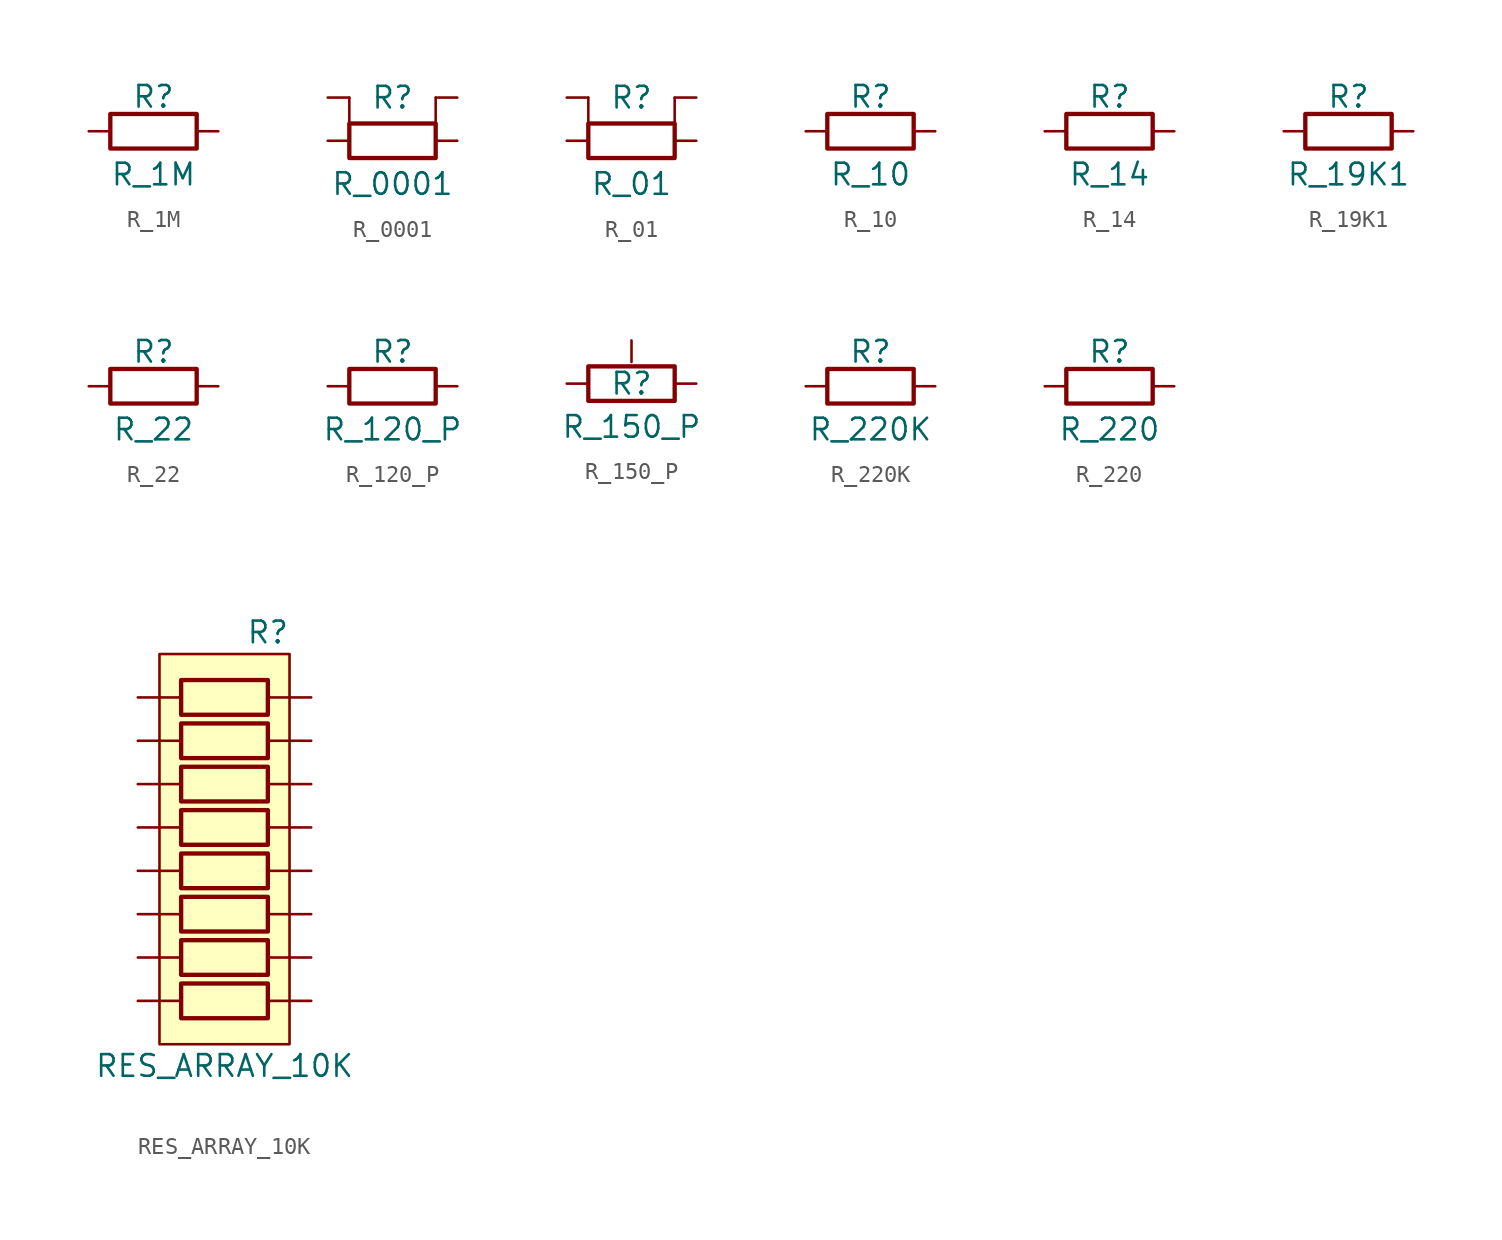
<source format=kicad_sym>
(kicad_symbol_lib
  (version 20211014)
  (generator kicad_symbol_editor)
  (symbol "R_1M"
    (pin_numbers hide)
    (pin_names
      (offset 0))
    (property "Reference" "R"
      (at 0 2.032 0)
      (effects (font (size 1.27 1.27))))
    (property "Value" "R_1M"
      (at 0 -2.54 0)
      (effects (font (size 1.27 1.27))))
    (symbol "R_1M_0_1"
      (rectangle (start 2.54 -1.016) (end -2.54 1.016) (stroke (width 0.254) (type default) (color 0 0 0 0)) (fill (type none))))
    (symbol "R_1M_1_1"
      (pin passive line (at -3.81 0 0) (length 1.27) (name "~" (effects (font (size 1.27 1.27)))) (number "1" (effects (font (size 1.27 1.27)))))
      (pin passive line (at 3.81 0 180) (length 1.27) (name "~" (effects (font (size 1.27 1.27)))) (number "2" (effects (font (size 1.27 1.27)))))))
  (symbol "R_0001"
    (pin_numbers hide)
    (pin_names
      (offset 0))
    (property "Reference" "R"
      (at 0 2.54 0)
      (effects (font (size 1.27 1.27))))
    (property "Value" "R_0001"
      (at 0 -2.54 0)
      (effects (font (size 1.27 1.27))))
    (symbol "R_0001_0_1"
      (polyline (pts (xy -2.54 0) (xy -2.54 2.54)) (stroke (width 0) (type default) (color 0 0 0 0)) (fill (type none)))
      (polyline (pts (xy 2.54 0) (xy 2.54 2.54)) (stroke (width 0) (type default) (color 0 0 0 0)) (fill (type none)))
      (rectangle (start 2.54 -1.016) (end -2.54 1.016) (stroke (width 0.254) (type default) (color 0 0 0 0)) (fill (type none))))
    (symbol "R_0001_1_1"
      (pin passive line (at -3.81 0 0) (length 1.27) (name "~" (effects (font (size 1.27 1.27)))) (number "1" (effects (font (size 1.27 1.27)))))
      (pin passive line (at 3.81 0 180) (length 1.27) (name "~" (effects (font (size 1.27 1.27)))) (number "2" (effects (font (size 1.27 1.27)))))
      (pin passive line (at -3.81 2.54 0) (length 1.27) (name "~" (effects (font (size 1.27 1.27)))) (number "3" (effects (font (size 1.27 1.27)))))
      (pin passive line (at 3.81 2.54 180) (length 1.27) (name "~" (effects (font (size 1.27 1.27)))) (number "4" (effects (font (size 1.27 1.27)))))))
  (symbol "R_01"
    (pin_numbers hide)
    (pin_names
      (offset 0))
    (property "Reference" "R"
      (at 0 2.54 0)
      (effects (font (size 1.27 1.27))))
    (property "Value" "R_01"
      (at 0 -2.54 0)
      (effects (font (size 1.27 1.27))))
    (symbol "R_01_0_1"
      (polyline (pts (xy -2.54 0) (xy -2.54 2.54)) (stroke (width 0) (type default) (color 0 0 0 0)) (fill (type none)))
      (polyline (pts (xy 2.54 0) (xy 2.54 2.54)) (stroke (width 0) (type default) (color 0 0 0 0)) (fill (type none)))
      (rectangle (start 2.54 -1.016) (end -2.54 1.016) (stroke (width 0.254) (type default) (color 0 0 0 0)) (fill (type none))))
    (symbol "R_01_1_1"
      (pin passive line (at -3.81 0 0) (length 1.27) (name "~" (effects (font (size 1.27 1.27)))) (number "1" (effects (font (size 1.27 1.27)))))
      (pin passive line (at 3.81 0 180) (length 1.27) (name "~" (effects (font (size 1.27 1.27)))) (number "2" (effects (font (size 1.27 1.27)))))
      (pin passive line (at -3.81 2.54 0) (length 1.27) (name "~" (effects (font (size 1.27 1.27)))) (number "3" (effects (font (size 1.27 1.27)))))
      (pin passive line (at 3.81 2.54 180) (length 1.27) (name "~" (effects (font (size 1.27 1.27)))) (number "4" (effects (font (size 1.27 1.27)))))))
  (symbol "R_10"
    (pin_numbers hide)
    (pin_names
      (offset 0))
    (property "Reference" "R"
      (at 0 2.032 0)
      (effects (font (size 1.27 1.27))))
    (property "Value" "R_10"
      (at 0 -2.54 0)
      (effects (font (size 1.27 1.27))))
    (symbol "R_10_0_1"
      (rectangle (start 2.54 -1.016) (end -2.54 1.016) (stroke (width 0.254) (type default) (color 0 0 0 0)) (fill (type none))))
    (symbol "R_10_1_1"
      (pin passive line (at -3.81 0 0) (length 1.27) (name "~" (effects (font (size 1.27 1.27)))) (number "1" (effects (font (size 1.27 1.27)))))
      (pin passive line (at 3.81 0 180) (length 1.27) (name "~" (effects (font (size 1.27 1.27)))) (number "2" (effects (font (size 1.27 1.27)))))))
  (symbol "R_14"
    (pin_numbers hide)
    (pin_names
      (offset 0))
    (property "Reference" "R"
      (at 0 2.032 0)
      (effects (font (size 1.27 1.27))))
    (property "Value" "R_14"
      (at 0 -2.54 0)
      (effects (font (size 1.27 1.27))))
    (symbol "R_14_0_1"
      (rectangle (start 2.54 -1.016) (end -2.54 1.016) (stroke (width 0.254) (type default) (color 0 0 0 0)) (fill (type none))))
    (symbol "R_14_1_1"
      (pin passive line (at -3.81 0 0) (length 1.27) (name "~" (effects (font (size 1.27 1.27)))) (number "1" (effects (font (size 1.27 1.27)))))
      (pin passive line (at 3.81 0 180) (length 1.27) (name "~" (effects (font (size 1.27 1.27)))) (number "2" (effects (font (size 1.27 1.27)))))))
  (symbol "R_19K1"
    (pin_numbers hide)
    (pin_names
      (offset 0))
    (property "Reference" "R"
      (at 0 2.032 0)
      (effects (font (size 1.27 1.27))))
    (property "Value" "R_19K1"
      (at 0 -2.54 0)
      (effects (font (size 1.27 1.27))))
    (symbol "R_19K1_0_1"
      (rectangle (start 2.54 -1.016) (end -2.54 1.016) (stroke (width 0.254) (type default) (color 0 0 0 0)) (fill (type none))))
    (symbol "R_19K1_1_1"
      (pin passive line (at -3.81 0 0) (length 1.27) (name "~" (effects (font (size 1.27 1.27)))) (number "1" (effects (font (size 1.27 1.27)))))
      (pin passive line (at 3.81 0 180) (length 1.27) (name "~" (effects (font (size 1.27 1.27)))) (number "2" (effects (font (size 1.27 1.27)))))))
  (symbol "R_22"
    (pin_numbers hide)
    (pin_names
      (offset 0))
    (property "Reference" "R"
      (at 0 2.032 0)
      (effects (font (size 1.27 1.27))))
    (property "Value" "R_22"
      (at 0 -2.54 0)
      (effects (font (size 1.27 1.27))))
    (symbol "R_22_0_1"
      (rectangle (start 2.54 -1.016) (end -2.54 1.016) (stroke (width 0.254) (type default) (color 0 0 0 0)) (fill (type none))))
    (symbol "R_22_1_1"
      (pin passive line (at -3.81 0 0) (length 1.27) (name "~" (effects (font (size 1.27 1.27)))) (number "1" (effects (font (size 1.27 1.27)))))
      (pin passive line (at 3.81 0 180) (length 1.27) (name "~" (effects (font (size 1.27 1.27)))) (number "2" (effects (font (size 1.27 1.27)))))))
  (symbol "R_120_P"
    (pin_numbers hide)
    (pin_names
      (offset 0))
    (property "Reference" "R"
      (at 0 2.032 0)
      (effects (font (size 1.27 1.27))))
    (property "Value" "R_120_P"
      (at 0 -2.54 0)
      (effects (font (size 1.27 1.27))))
    (symbol "R_120_P_0_1"
      (rectangle (start 2.54 -1.016) (end -2.54 1.016) (stroke (width 0.254) (type default) (color 0 0 0 0)) (fill (type none))))
    (symbol "R_120_P_1_1"
      (pin passive line (at -3.81 0 0) (length 1.27) (name "~" (effects (font (size 1.27 1.27)))) (number "1" (effects (font (size 1.27 1.27)))))
      (pin passive line (at 3.81 0 180) (length 1.27) (name "~" (effects (font (size 1.27 1.27)))) (number "2" (effects (font (size 1.27 1.27)))))))
  (symbol "R_150_P"
    (pin_numbers hide)
    (pin_names
      (offset 0))
    (property "Reference" "R"
      (at 0 0 0)
      (effects (font (size 1.27 1.27))))
    (property "Value" "R_150_P"
      (at 0 -2.54 0)
      (effects (font (size 1.27 1.27))))
    (symbol "R_150_P_0_1"
      (rectangle (start 2.54 -1.016) (end -2.54 1.016) (stroke (width 0.254) (type default) (color 0 0 0 0)) (fill (type none))))
    (symbol "R_150_P_1_1"
      (pin passive line (at -3.81 0 0) (length 1.27) (name "~" (effects (font (size 1.27 1.27)))) (number "1" (effects (font (size 1.27 1.27)))))
      (pin passive line (at 0 2.54 270) (length 1.27) (name "~" (effects (font (size 1.27 1.27)))) (number "2" (effects (font (size 1.27 1.27)))))
      (pin passive line (at 3.81 0 180) (length 1.27) (name "~" (effects (font (size 1.27 1.27)))) (number "3" (effects (font (size 1.27 1.27)))))))
  (symbol "R_220K"
    (pin_numbers hide)
    (pin_names
      (offset 0))
    (property "Reference" "R"
      (at 0 2.032 0)
      (effects (font (size 1.27 1.27))))
    (property "Value" "R_220K"
      (at 0 -2.54 0)
      (effects (font (size 1.27 1.27))))
    (symbol "R_220K_0_1"
      (rectangle (start 2.54 -1.016) (end -2.54 1.016) (stroke (width 0.254) (type default) (color 0 0 0 0)) (fill (type none))))
    (symbol "R_220K_1_1"
      (pin passive line (at -3.81 0 0) (length 1.27) (name "~" (effects (font (size 1.27 1.27)))) (number "1" (effects (font (size 1.27 1.27)))))
      (pin passive line (at 3.81 0 180) (length 1.27) (name "~" (effects (font (size 1.27 1.27)))) (number "2" (effects (font (size 1.27 1.27)))))))
  (symbol "R_220"
    (pin_numbers hide)
    (pin_names
      (offset 0))
    (property "Reference" "R"
      (at 0 2.032 0)
      (effects (font (size 1.27 1.27))))
    (property "Value" "R_220"
      (at 0 -2.54 0)
      (effects (font (size 1.27 1.27))))
    (symbol "R_220_0_1"
      (rectangle (start 2.54 -1.016) (end -2.54 1.016) (stroke (width 0.254) (type default) (color 0 0 0 0)) (fill (type none))))
    (symbol "R_220_1_1"
      (pin passive line (at -3.81 0 0) (length 1.27) (name "~" (effects (font (size 1.27 1.27)))) (number "1" (effects (font (size 1.27 1.27)))))
      (pin passive line (at 3.81 0 180) (length 1.27) (name "~" (effects (font (size 1.27 1.27)))) (number "2" (effects (font (size 1.27 1.27)))))))
  (symbol "RES_ARRAY_10K"
    (pin_numbers hide)
    (pin_names
      (offset 0))
    (property "Reference" "R"
      (at 2.54 3.81 0)
      (effects (font (size 1.27 1.27))))
    (property "Value" "RES_ARRAY_10K"
      (at 0 -21.59 0)
      (effects (font (size 1.27 1.27))))
    (symbol "RES_ARRAY_10K_0_1"
      (rectangle (start -3.81 2.54) (end 3.81 -20.32) (stroke (width 0) (type default) (color 0 0 0 0)) (fill (type background)))
      (polyline (pts (xy -3.81 -17.78) (xy -2.54 -17.78)) (stroke (width 0) (type default) (color 0 0 0 0)) (fill (type none)))
      (polyline (pts (xy -3.81 -15.24) (xy -2.54 -15.24)) (stroke (width 0) (type default) (color 0 0 0 0)) (fill (type none)))
      (polyline (pts (xy -3.81 -12.7) (xy -2.54 -12.7)) (stroke (width 0) (type default) (color 0 0 0 0)) (fill (type none)))
      (polyline (pts (xy -3.81 -10.16) (xy -2.54 -10.16)) (stroke (width 0) (type default) (color 0 0 0 0)) (fill (type none)))
      (polyline (pts (xy -3.81 -7.62) (xy -2.54 -7.62)) (stroke (width 0) (type default) (color 0 0 0 0)) (fill (type none)))
      (polyline (pts (xy -3.81 -5.08) (xy -2.54 -5.08)) (stroke (width 0) (type default) (color 0 0 0 0)) (fill (type none)))
      (polyline (pts (xy -3.81 -2.54) (xy -2.54 -2.54)) (stroke (width 0) (type default) (color 0 0 0 0)) (fill (type none)))
      (polyline (pts (xy -3.81 0) (xy -2.54 0)) (stroke (width 0) (type default) (color 0 0 0 0)) (fill (type none)))
      (polyline (pts (xy 3.81 -17.78) (xy 2.54 -17.78)) (stroke (width 0) (type default) (color 0 0 0 0)) (fill (type none)))
      (polyline (pts (xy 3.81 -15.24) (xy 2.54 -15.24)) (stroke (width 0) (type default) (color 0 0 0 0)) (fill (type none)))
      (polyline (pts (xy 3.81 -12.7) (xy 2.54 -12.7)) (stroke (width 0) (type default) (color 0 0 0 0)) (fill (type none)))
      (polyline (pts (xy 3.81 -10.16) (xy 2.54 -10.16)) (stroke (width 0) (type default) (color 0 0 0 0)) (fill (type none)))
      (polyline (pts (xy 3.81 -7.62) (xy 2.54 -7.62)) (stroke (width 0) (type default) (color 0 0 0 0)) (fill (type none)))
      (polyline (pts (xy 3.81 -5.08) (xy 2.54 -5.08)) (stroke (width 0) (type default) (color 0 0 0 0)) (fill (type none)))
      (polyline (pts (xy 3.81 -2.54) (xy 2.54 -2.54)) (stroke (width 0) (type default) (color 0 0 0 0)) (fill (type none)))
      (polyline (pts (xy 3.81 0) (xy 2.54 0)) (stroke (width 0) (type default) (color 0 0 0 0)) (fill (type none)))
      (rectangle (start 2.54 -1.016) (end -2.54 1.016) (stroke (width 0.254) (type default) (color 0 0 0 0)) (fill (type none))))
    (symbol "RES_ARRAY_10K_1_1"
      (rectangle (start 2.54 -18.796) (end -2.54 -16.764) (stroke (width 0.254) (type default) (color 0 0 0 0)) (fill (type none)))
      (rectangle (start 2.54 -16.256) (end -2.54 -14.224) (stroke (width 0.254) (type default) (color 0 0 0 0)) (fill (type none)))
      (rectangle (start 2.54 -13.716) (end -2.54 -11.684) (stroke (width 0.254) (type default) (color 0 0 0 0)) (fill (type none)))
      (rectangle (start 2.54 -11.176) (end -2.54 -9.144) (stroke (width 0.254) (type default) (color 0 0 0 0)) (fill (type none)))
      (rectangle (start 2.54 -8.636) (end -2.54 -6.604) (stroke (width 0.254) (type default) (color 0 0 0 0)) (fill (type none)))
      (rectangle (start 2.54 -6.096) (end -2.54 -4.064) (stroke (width 0.254) (type default) (color 0 0 0 0)) (fill (type none)))
      (rectangle (start 2.54 -3.556) (end -2.54 -1.524) (stroke (width 0.254) (type default) (color 0 0 0 0)) (fill (type none)))
      (pin passive line (at -5.08 0 0) (length 1.27) (name "~" (effects (font (size 1.27 1.27)))) (number "1" (effects (font (size 1.27 1.27)))))
      (pin passive line (at 5.08 -15.24 180) (length 1.27) (name "~" (effects (font (size 1.27 1.27)))) (number "10" (effects (font (size 1.27 1.27)))))
      (pin passive line (at 5.08 -12.7 180) (length 1.27) (name "~" (effects (font (size 1.27 1.27)))) (number "11" (effects (font (size 1.27 1.27)))))
      (pin passive line (at 5.08 -10.16 180) (length 1.27) (name "~" (effects (font (size 1.27 1.27)))) (number "12" (effects (font (size 1.27 1.27)))))
      (pin passive line (at 5.08 -7.62 180) (length 1.27) (name "~" (effects (font (size 1.27 1.27)))) (number "13" (effects (font (size 1.27 1.27)))))
      (pin passive line (at 5.08 -5.08 180) (length 1.27) (name "~" (effects (font (size 1.27 1.27)))) (number "14" (effects (font (size 1.27 1.27)))))
      (pin passive line (at 5.08 -2.54 180) (length 1.27) (name "~" (effects (font (size 1.27 1.27)))) (number "15" (effects (font (size 1.27 1.27)))))
      (pin passive line (at 5.08 0 180) (length 1.27) (name "~" (effects (font (size 1.27 1.27)))) (number "16" (effects (font (size 1.27 1.27)))))
      (pin passive line (at -5.08 -2.54 0) (length 1.27) (name "~" (effects (font (size 1.27 1.27)))) (number "2" (effects (font (size 1.27 1.27)))))
      (pin passive line (at -5.08 -5.08 0) (length 1.27) (name "~" (effects (font (size 1.27 1.27)))) (number "3" (effects (font (size 1.27 1.27)))))
      (pin passive line (at -5.08 -7.62 0) (length 1.27) (name "~" (effects (font (size 1.27 1.27)))) (number "4" (effects (font (size 1.27 1.27)))))
      (pin passive line (at -5.08 -10.16 0) (length 1.27) (name "~" (effects (font (size 1.27 1.27)))) (number "5" (effects (font (size 1.27 1.27)))))
      (pin passive line (at -5.08 -12.7 0) (length 1.27) (name "~" (effects (font (size 1.27 1.27)))) (number "6" (effects (font (size 1.27 1.27)))))
      (pin passive line (at -5.08 -15.24 0) (length 1.27) (name "~" (effects (font (size 1.27 1.27)))) (number "7" (effects (font (size 1.27 1.27)))))
      (pin passive line (at -5.08 -17.78 0) (length 1.27) (name "~" (effects (font (size 1.27 1.27)))) (number "8" (effects (font (size 1.27 1.27)))))
      (pin passive line (at 5.08 -17.78 180) (length 1.27) (name "~" (effects (font (size 1.27 1.27)))) (number "9" (effects (font (size 1.27 1.27))))))))
</source>
